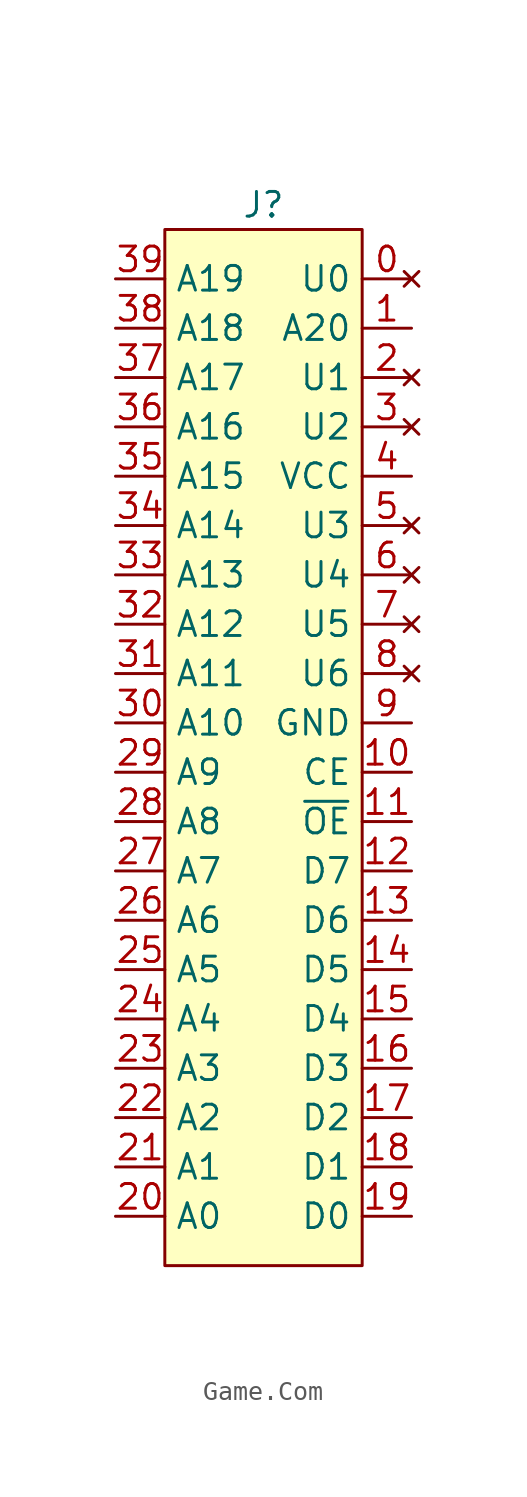
<source format=kicad_sym>
(kicad_symbol_lib
  (version 20220914)
  (generator kicad_symbol_editor)
  (symbol "Game.Com"
    (property "Reference" "J"
      (at 0 6.35 0)
      (effects (font (size 1.27 1.27))))
    (property "Value" ""
      (at 1.27 0 0)
      (effects (font (size 1.27 1.27))))
    (symbol "Game.Com_1_1"
      (rectangle (start -5.08 5.08) (end 5.08 -48.26) (stroke (width 0) (type default)) (fill (type background)))
      (pin no_connect line (at 7.62 2.54 180) (length 2.54) (name "U0" (effects (font (size 1.27 1.27)))) (number "0" (effects (font (size 1.27 1.27)))))
      (pin output line (at 7.62 0 180) (length 2.54) (name "A20" (effects (font (size 1.27 1.27)))) (number "1" (effects (font (size 1.27 1.27)))))
      (pin output line (at 7.62 -22.86 180) (length 2.54) (name "CE" (effects (font (size 1.27 1.27)))) (number "10" (effects (font (size 1.27 1.27)))))
      (pin output line (at 7.62 -25.4 180) (length 2.54) (name "~{OE}" (effects (font (size 1.27 1.27)))) (number "11" (effects (font (size 1.27 1.27)))))
      (pin bidirectional line (at 7.62 -27.94 180) (length 2.54) (name "D7" (effects (font (size 1.27 1.27)))) (number "12" (effects (font (size 1.27 1.27)))))
      (pin bidirectional line (at 7.62 -30.48 180) (length 2.54) (name "D6" (effects (font (size 1.27 1.27)))) (number "13" (effects (font (size 1.27 1.27)))))
      (pin bidirectional line (at 7.62 -33.02 180) (length 2.54) (name "D5" (effects (font (size 1.27 1.27)))) (number "14" (effects (font (size 1.27 1.27)))))
      (pin bidirectional line (at 7.62 -35.56 180) (length 2.54) (name "D4" (effects (font (size 1.27 1.27)))) (number "15" (effects (font (size 1.27 1.27)))))
      (pin bidirectional line (at 7.62 -38.1 180) (length 2.54) (name "D3" (effects (font (size 1.27 1.27)))) (number "16" (effects (font (size 1.27 1.27)))))
      (pin bidirectional line (at 7.62 -40.64 180) (length 2.54) (name "D2" (effects (font (size 1.27 1.27)))) (number "17" (effects (font (size 1.27 1.27)))))
      (pin bidirectional line (at 7.62 -43.18 180) (length 2.54) (name "D1" (effects (font (size 1.27 1.27)))) (number "18" (effects (font (size 1.27 1.27)))))
      (pin bidirectional line (at 7.62 -45.72 180) (length 2.54) (name "D0" (effects (font (size 1.27 1.27)))) (number "19" (effects (font (size 1.27 1.27)))))
      (pin no_connect line (at 7.62 -2.54 180) (length 2.54) (name "U1" (effects (font (size 1.27 1.27)))) (number "2" (effects (font (size 1.27 1.27)))))
      (pin output line (at -7.62 -45.72 0) (length 2.54) (name "A0" (effects (font (size 1.27 1.27)))) (number "20" (effects (font (size 1.27 1.27)))))
      (pin output line (at -7.62 -43.18 0) (length 2.54) (name "A1" (effects (font (size 1.27 1.27)))) (number "21" (effects (font (size 1.27 1.27)))))
      (pin output line (at -7.62 -40.64 0) (length 2.54) (name "A2" (effects (font (size 1.27 1.27)))) (number "22" (effects (font (size 1.27 1.27)))))
      (pin output line (at -7.62 -38.1 0) (length 2.54) (name "A3" (effects (font (size 1.27 1.27)))) (number "23" (effects (font (size 1.27 1.27)))))
      (pin output line (at -7.62 -35.56 0) (length 2.54) (name "A4" (effects (font (size 1.27 1.27)))) (number "24" (effects (font (size 1.27 1.27)))))
      (pin output line (at -7.62 -33.02 0) (length 2.54) (name "A5" (effects (font (size 1.27 1.27)))) (number "25" (effects (font (size 1.27 1.27)))))
      (pin output line (at -7.62 -30.48 0) (length 2.54) (name "A6" (effects (font (size 1.27 1.27)))) (number "26" (effects (font (size 1.27 1.27)))))
      (pin output line (at -7.62 -27.94 0) (length 2.54) (name "A7" (effects (font (size 1.27 1.27)))) (number "27" (effects (font (size 1.27 1.27)))))
      (pin output line (at -7.62 -25.4 0) (length 2.54) (name "A8" (effects (font (size 1.27 1.27)))) (number "28" (effects (font (size 1.27 1.27)))))
      (pin output line (at -7.62 -22.86 0) (length 2.54) (name "A9" (effects (font (size 1.27 1.27)))) (number "29" (effects (font (size 1.27 1.27)))))
      (pin no_connect line (at 7.62 -5.08 180) (length 2.54) (name "U2" (effects (font (size 1.27 1.27)))) (number "3" (effects (font (size 1.27 1.27)))))
      (pin output line (at -7.62 -20.32 0) (length 2.54) (name "A10" (effects (font (size 1.27 1.27)))) (number "30" (effects (font (size 1.27 1.27)))))
      (pin output line (at -7.62 -17.78 0) (length 2.54) (name "A11" (effects (font (size 1.27 1.27)))) (number "31" (effects (font (size 1.27 1.27)))))
      (pin output line (at -7.62 -15.24 0) (length 2.54) (name "A12" (effects (font (size 1.27 1.27)))) (number "32" (effects (font (size 1.27 1.27)))))
      (pin output line (at -7.62 -12.7 0) (length 2.54) (name "A13" (effects (font (size 1.27 1.27)))) (number "33" (effects (font (size 1.27 1.27)))))
      (pin output line (at -7.62 -10.16 0) (length 2.54) (name "A14" (effects (font (size 1.27 1.27)))) (number "34" (effects (font (size 1.27 1.27)))))
      (pin output line (at -7.62 -7.62 0) (length 2.54) (name "A15" (effects (font (size 1.27 1.27)))) (number "35" (effects (font (size 1.27 1.27)))))
      (pin output line (at -7.62 -5.08 0) (length 2.54) (name "A16" (effects (font (size 1.27 1.27)))) (number "36" (effects (font (size 1.27 1.27)))))
      (pin output line (at -7.62 -2.54 0) (length 2.54) (name "A17" (effects (font (size 1.27 1.27)))) (number "37" (effects (font (size 1.27 1.27)))))
      (pin output line (at -7.62 0 0) (length 2.54) (name "A18" (effects (font (size 1.27 1.27)))) (number "38" (effects (font (size 1.27 1.27)))))
      (pin output line (at -7.62 2.54 0) (length 2.54) (name "A19" (effects (font (size 1.27 1.27)))) (number "39" (effects (font (size 1.27 1.27)))))
      (pin power_out line (at 7.62 -7.62 180) (length 2.54) (name "VCC" (effects (font (size 1.27 1.27)))) (number "4" (effects (font (size 1.27 1.27)))))
      (pin no_connect line (at 7.62 -10.16 180) (length 2.54) (name "U3" (effects (font (size 1.27 1.27)))) (number "5" (effects (font (size 1.27 1.27)))))
      (pin no_connect line (at 7.62 -12.7 180) (length 2.54) (name "U4" (effects (font (size 1.27 1.27)))) (number "6" (effects (font (size 1.27 1.27)))))
      (pin no_connect line (at 7.62 -15.24 180) (length 2.54) (name "U5" (effects (font (size 1.27 1.27)))) (number "7" (effects (font (size 1.27 1.27)))))
      (pin no_connect line (at 7.62 -17.78 180) (length 2.54) (name "U6" (effects (font (size 1.27 1.27)))) (number "8" (effects (font (size 1.27 1.27)))))
      (pin power_out line (at 7.62 -20.32 180) (length 2.54) (name "GND" (effects (font (size 1.27 1.27)))) (number "9" (effects (font (size 1.27 1.27))))))))
</source>
